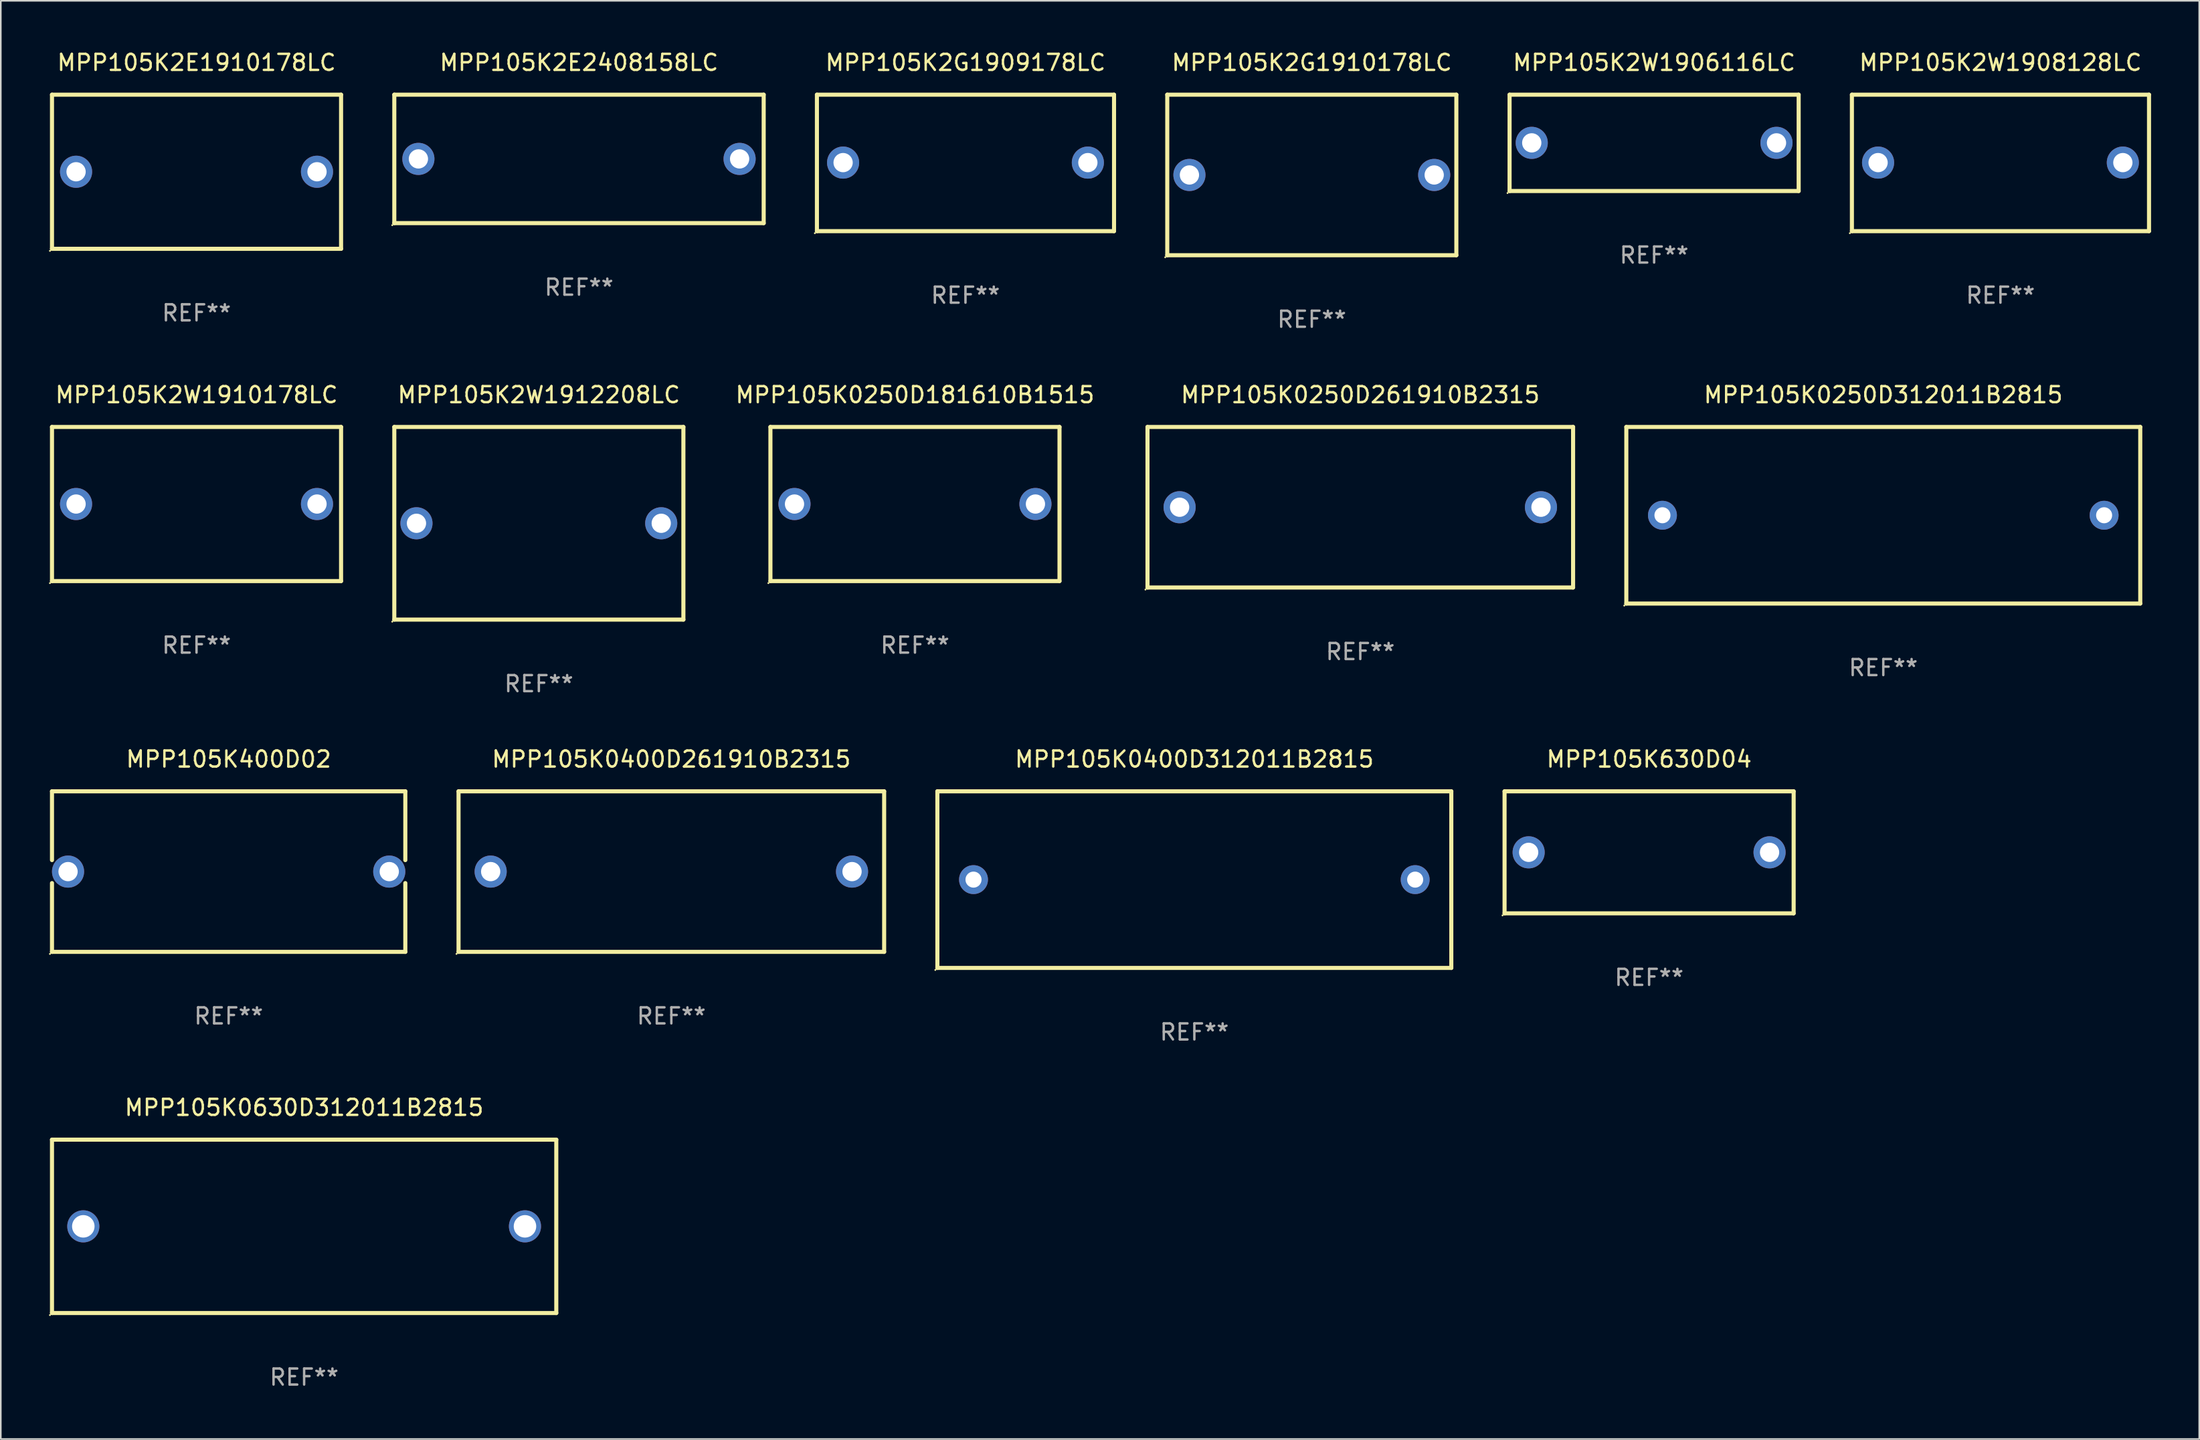
<source format=kicad_pcb>
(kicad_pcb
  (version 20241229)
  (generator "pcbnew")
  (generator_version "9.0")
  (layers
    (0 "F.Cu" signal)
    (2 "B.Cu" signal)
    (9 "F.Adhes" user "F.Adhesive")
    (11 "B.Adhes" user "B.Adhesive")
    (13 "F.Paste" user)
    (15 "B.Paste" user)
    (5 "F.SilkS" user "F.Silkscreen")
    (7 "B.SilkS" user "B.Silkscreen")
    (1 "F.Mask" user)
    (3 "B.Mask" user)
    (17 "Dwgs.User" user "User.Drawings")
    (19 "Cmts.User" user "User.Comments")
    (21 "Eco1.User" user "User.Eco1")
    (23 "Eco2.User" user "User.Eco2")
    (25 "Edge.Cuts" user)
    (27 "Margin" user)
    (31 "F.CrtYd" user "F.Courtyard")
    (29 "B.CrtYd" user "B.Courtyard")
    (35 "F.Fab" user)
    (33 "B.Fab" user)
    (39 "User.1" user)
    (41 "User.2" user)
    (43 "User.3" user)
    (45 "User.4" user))
  (footprint "MPP105K0400D261910B2315"
    (layer "F.Cu")
    (at 38.751 51.241)
    (property "Reference" "MPP105K0400D261910B2315" (at 0 -7 0) (layer "F.SilkS") (effects (font (size 1 1) (thickness 0.15))))
    (attr through_hole)
    (fp_line (start -13.25 -5) (end 13.25 -5) (stroke (width 0.254) (type solid)) (layer "F.SilkS"))
    (fp_line (start -13.25 5) (end -13.25 -5) (stroke (width 0.254) (type solid)) (layer "F.SilkS"))
    (fp_line (start 13.25 -5) (end 13.25 5) (stroke (width 0.254) (type solid)) (layer "F.SilkS"))
    (fp_line (start 13.25 5) (end -13.25 5) (stroke (width 0.254) (type solid)) (layer "F.SilkS"))
    (fp_circle (center -13.377 5.127) (end -13.347 5.127) (stroke (width 0.06) (type solid)) (fill no) (layer "F.SilkS"))
    (fp_text user "REF**" (at 0 9 0) (layer "F.Fab") (effects (font (size 1 1) (thickness 0.15))))
    (pad "1" thru_hole circle (at -11.25 0) (size 2 2) (drill 1.2) (layers "*.Cu" "*.Mask"))
    (pad "2" thru_hole circle (at 11.25 0) (size 2 2) (drill 1.2) (layers "*.Cu" "*.Mask")))
  (footprint "MPP105K0250D181610B1515"
    (layer "F.Cu")
    (at 53.92 28.345)
    (property "Reference" "MPP105K0250D181610B1515" (at 0 -6.8 0) (layer "F.SilkS") (effects (font (size 1 1) (thickness 0.15))))
    (attr through_hole)
    (fp_line (start -9 -4.8) (end 9 -4.8) (stroke (width 0.254) (type solid)) (layer "F.SilkS"))
    (fp_line (start -9 4.8) (end -9 -4.8) (stroke (width 0.254) (type solid)) (layer "F.SilkS"))
    (fp_line (start 9 -4.8) (end 9 4.8) (stroke (width 0.254) (type solid)) (layer "F.SilkS"))
    (fp_line (start 9 4.8) (end -9 4.8) (stroke (width 0.254) (type solid)) (layer "F.SilkS"))
    (fp_circle (center -9.127 4.927) (end -9.097 4.927) (stroke (width 0.06) (type solid)) (fill no) (layer "F.SilkS"))
    (fp_text user "REF**" (at 0 8.8 0) (layer "F.Fab") (effects (font (size 1 1) (thickness 0.15))))
    (pad "1" thru_hole circle (at -7.501 0) (size 2 2) (drill 1.2) (layers "*.Cu" "*.Mask"))
    (pad "2" thru_hole circle (at 7.501 0) (size 2 2) (drill 1.2) (layers "*.Cu" "*.Mask")))
  (footprint "MPP105K2W1910178LC"
    (layer "F.Cu")
    (at 9.187 28.345)
    (property "Reference" "MPP105K2W1910178LC" (at 0 -6.8 0) (layer "F.SilkS") (effects (font (size 1 1) (thickness 0.15))))
    (attr through_hole)
    (fp_line (start -9 -4.8) (end 9 -4.8) (stroke (width 0.254) (type solid)) (layer "F.SilkS"))
    (fp_line (start -9 4.8) (end -9 -4.8) (stroke (width 0.254) (type solid)) (layer "F.SilkS"))
    (fp_line (start 9 -4.8) (end 9 4.8) (stroke (width 0.254) (type solid)) (layer "F.SilkS"))
    (fp_line (start 9 4.8) (end -9 4.8) (stroke (width 0.254) (type solid)) (layer "F.SilkS"))
    (fp_circle (center -9.127 4.927) (end -9.097 4.927) (stroke (width 0.06) (type solid)) (fill no) (layer "F.SilkS"))
    (fp_text user "REF**" (at 0 8.8 0) (layer "F.Fab") (effects (font (size 1 1) (thickness 0.15))))
    (pad "1" thru_hole circle (at -7.501 0) (size 2 2) (drill 1.2) (layers "*.Cu" "*.Mask"))
    (pad "2" thru_hole circle (at 7.501 0) (size 2 2) (drill 1.2) (layers "*.Cu" "*.Mask")))
  (footprint "MPP105K630D04"
    (layer "F.Cu")
    (at 99.631 50.041)
    (property "Reference" "MPP105K630D04" (at 0 -5.8 0) (layer "F.SilkS") (effects (font (size 1 1) (thickness 0.15))))
    (attr through_hole)
    (fp_line (start -9 -3.8) (end -9 3.8) (stroke (width 0.254) (type solid)) (layer "F.SilkS"))
    (fp_line (start -9 -3.8) (end 9 -3.8) (stroke (width 0.254) (type solid)) (layer "F.SilkS"))
    (fp_line (start 9 -3.8) (end 9 3.8) (stroke (width 0.254) (type solid)) (layer "F.SilkS"))
    (fp_line (start 9 3.8) (end -9 3.8) (stroke (width 0.254) (type solid)) (layer "F.SilkS"))
    (fp_circle (center -9.127 3.927) (end -9.097 3.927) (stroke (width 0.06) (type solid)) (fill no) (layer "F.SilkS"))
    (fp_text user "REF**" (at 0 7.8 0) (layer "F.Fab") (effects (font (size 1 1) (thickness 0.15))))
    (pad "1" thru_hole circle (at -7.5 0) (size 2 2) (drill 1.2) (layers "*.Cu" "*.Mask"))
    (pad "2" thru_hole circle (at 7.5 0) (size 2 2) (drill 1.2) (layers "*.Cu" "*.Mask")))
  (footprint "MPP105K2E1910178LC"
    (layer "F.Cu")
    (at 9.187 7.648)
    (property "Reference" "MPP105K2E1910178LC" (at 0 -6.8 0) (layer "F.SilkS") (effects (font (size 1 1) (thickness 0.15))))
    (attr through_hole)
    (fp_line (start -9 -4.8) (end 9 -4.8) (stroke (width 0.254) (type solid)) (layer "F.SilkS"))
    (fp_line (start -9 4.8) (end -9 -4.8) (stroke (width 0.254) (type solid)) (layer "F.SilkS"))
    (fp_line (start 9 -4.8) (end 9 4.8) (stroke (width 0.254) (type solid)) (layer "F.SilkS"))
    (fp_line (start 9 4.8) (end -9 4.8) (stroke (width 0.254) (type solid)) (layer "F.SilkS"))
    (fp_circle (center -9.127 4.927) (end -9.097 4.927) (stroke (width 0.06) (type solid)) (fill no) (layer "F.SilkS"))
    (fp_text user "REF**" (at 0 8.8 0) (layer "F.Fab") (effects (font (size 1 1) (thickness 0.15))))
    (pad "1" thru_hole circle (at -7.501 0) (size 2 2) (drill 1.2) (layers "*.Cu" "*.Mask"))
    (pad "2" thru_hole circle (at 7.501 0) (size 2 2) (drill 1.2) (layers "*.Cu" "*.Mask")))
  (footprint "MPP105K400D02"
    (layer "F.Cu")
    (at 11.187 51.241)
    (property "Reference" "MPP105K400D02" (at 0 -7 0) (layer "F.SilkS") (effects (font (size 1 1) (thickness 0.15))))
    (attr through_hole)
    (fp_line (start -11 -5) (end -11 -0.716) (stroke (width 0.254) (type solid)) (layer "F.SilkS"))
    (fp_line (start -11 -5) (end 11 -5) (stroke (width 0.254) (type solid)) (layer "F.SilkS"))
    (fp_line (start -11 0.716) (end -11 5) (stroke (width 0.254) (type solid)) (layer "F.SilkS"))
    (fp_line (start 11 -5) (end 11 -0.716) (stroke (width 0.254) (type solid)) (layer "F.SilkS"))
    (fp_line (start 11 0.716) (end 11 5) (stroke (width 0.254) (type solid)) (layer "F.SilkS"))
    (fp_line (start 11 5) (end -11 5) (stroke (width 0.254) (type solid)) (layer "F.SilkS"))
    (fp_circle (center -11.127 5.127) (end -11.097 5.127) (stroke (width 0.06) (type solid)) (fill no) (layer "F.SilkS"))
    (fp_text user "REF**" (at 0 9 0) (layer "F.Fab") (effects (font (size 1 1) (thickness 0.15))))
    (pad "1" thru_hole circle (at -10 0) (size 2 2) (drill 1.2) (layers "*.Cu" "*.Mask"))
    (pad "2" thru_hole circle (at 10 0) (size 2 2) (drill 1.2) (layers "*.Cu" "*.Mask")))
  (footprint "MPP105K0250D312011B2815"
    (layer "F.Cu")
    (at 114.213 29.045)
    (property "Reference" "MPP105K0250D312011B2815" (at 0 -7.5 0) (layer "F.SilkS") (effects (font (size 1 1) (thickness 0.15))))
    (attr through_hole)
    (fp_line (start -16.001 -5.5) (end -16.001 5.5) (stroke (width 0.254) (type solid)) (layer "F.SilkS"))
    (fp_line (start -16.001 -5.5) (end 16.001 -5.5) (stroke (width 0.254) (type solid)) (layer "F.SilkS"))
    (fp_line (start -16.001 5.5) (end 15.999 5.5) (stroke (width 0.254) (type solid)) (layer "F.SilkS"))
    (fp_line (start 15.999 -5.5) (end 15.999 5.5) (stroke (width 0.254) (type solid)) (layer "F.SilkS"))
    (fp_circle (center -16.128 5.627) (end -16.098 5.627) (stroke (width 0.06) (type solid)) (fill no) (layer "F.SilkS"))
    (fp_text user "REF**" (at 0 9.5 0) (layer "F.Fab") (effects (font (size 1 1) (thickness 0.15))))
    (pad "1" thru_hole circle (at -13.751 0) (size 1.8 1.8) (drill 1) (layers "*.Cu" "*.Mask"))
    (pad "2" thru_hole circle (at 13.749 0) (size 1.8 1.8) (drill 1) (layers "*.Cu" "*.Mask")))
  (footprint "MPP105K2E2408158LC"
    (layer "F.Cu")
    (at 33.001 6.848)
    (property "Reference" "MPP105K2E2408158LC" (at 0 -6 0) (layer "F.SilkS") (effects (font (size 1 1) (thickness 0.15))))
    (attr through_hole)
    (fp_line (start -11.5 -4) (end -11.5 4) (stroke (width 0.254) (type solid)) (layer "F.SilkS"))
    (fp_line (start -11.5 -4) (end 11.5 -4) (stroke (width 0.254) (type solid)) (layer "F.SilkS"))
    (fp_line (start -11.5 4) (end 11.5 4) (stroke (width 0.254) (type solid)) (layer "F.SilkS"))
    (fp_line (start 11.5 -4) (end 11.5 4) (stroke (width 0.254) (type solid)) (layer "F.SilkS"))
    (fp_circle (center -11.627 4.127) (end -11.597 4.127) (stroke (width 0.06) (type solid)) (fill no) (layer "F.SilkS"))
    (fp_text user "REF**" (at 0 8 0) (layer "F.Fab") (effects (font (size 1 1) (thickness 0.15))))
    (pad "1" thru_hole circle (at -10 0) (size 2 2) (drill 1.2) (layers "*.Cu" "*.Mask"))
    (pad "2" thru_hole circle (at 10 0) (size 2 2) (drill 1.2) (layers "*.Cu" "*.Mask")))
  (footprint "MPP105K0630D312011B2815"
    (layer "F.Cu")
    (at 15.887 73.338)
    (property "Reference" "MPP105K0630D312011B2815" (at 0 -7.4 0) (layer "F.SilkS") (effects (font (size 1 1) (thickness 0.15))))
    (attr through_hole)
    (fp_line (start -15.7 -5.4) (end 15.7 -5.4) (stroke (width 0.254) (type solid)) (layer "F.SilkS"))
    (fp_line (start -15.7 5.4) (end -15.7 -5.4) (stroke (width 0.254) (type solid)) (layer "F.SilkS"))
    (fp_line (start 15.7 -5.4) (end 15.7 5.4) (stroke (width 0.254) (type solid)) (layer "F.SilkS"))
    (fp_line (start 15.7 5.4) (end -15.7 5.4) (stroke (width 0.254) (type solid)) (layer "F.SilkS"))
    (fp_circle (center -15.827 5.527) (end -15.797 5.527) (stroke (width 0.06) (type solid)) (fill no) (layer "F.SilkS"))
    (fp_text user "REF**" (at 0 9.4 0) (layer "F.Fab") (effects (font (size 1 1) (thickness 0.15))))
    (pad "1" thru_hole circle (at -13.75 0) (size 2 2) (drill 1.4) (layers "*.Cu" "*.Mask"))
    (pad "2" thru_hole circle (at 13.75 0) (size 2 2) (drill 1.4) (layers "*.Cu" "*.Mask")))
  (footprint "MPP105K2W1912208LC"
    (layer "F.Cu")
    (at 30.501 29.545)
    (property "Reference" "MPP105K2W1912208LC" (at 0 -8 0) (layer "F.SilkS") (effects (font (size 1 1) (thickness 0.15))))
    (attr through_hole)
    (fp_line (start -9 -6) (end 9 -6) (stroke (width 0.254) (type solid)) (layer "F.SilkS"))
    (fp_line (start -9 6) (end -9 -6) (stroke (width 0.254) (type solid)) (layer "F.SilkS"))
    (fp_line (start 9 -6) (end 9 6) (stroke (width 0.254) (type solid)) (layer "F.SilkS"))
    (fp_line (start 9 6) (end -9 6) (stroke (width 0.254) (type solid)) (layer "F.SilkS"))
    (fp_circle (center -9.127 6.127) (end -9.097 6.127) (stroke (width 0.06) (type solid)) (fill no) (layer "F.SilkS"))
    (fp_text user "REF**" (at 0 10 0) (layer "F.Fab") (effects (font (size 1 1) (thickness 0.15))))
    (pad "1" thru_hole circle (at -7.62 0) (size 2 2) (drill 1.2) (layers "*.Cu" "*.Mask"))
    (pad "2" thru_hole circle (at 7.62 0) (size 2 2) (drill 1.2) (layers "*.Cu" "*.Mask")))
  (footprint "MPP105K0250D261910B2315"
    (layer "F.Cu")
    (at 81.648 28.545)
    (property "Reference" "MPP105K0250D261910B2315" (at 0 -7 0) (layer "F.SilkS") (effects (font (size 1 1) (thickness 0.15))))
    (attr through_hole)
    (fp_line (start -13.25 -5) (end 13.25 -5) (stroke (width 0.254) (type solid)) (layer "F.SilkS"))
    (fp_line (start -13.25 5) (end -13.25 -5) (stroke (width 0.254) (type solid)) (layer "F.SilkS"))
    (fp_line (start 13.25 -5) (end 13.25 5) (stroke (width 0.254) (type solid)) (layer "F.SilkS"))
    (fp_line (start 13.25 5) (end -13.25 5) (stroke (width 0.254) (type solid)) (layer "F.SilkS"))
    (fp_circle (center -13.377 5.127) (end -13.347 5.127) (stroke (width 0.06) (type solid)) (fill no) (layer "F.SilkS"))
    (fp_text user "REF**" (at 0 9 0) (layer "F.Fab") (effects (font (size 1 1) (thickness 0.15))))
    (pad "1" thru_hole circle (at -11.25 0) (size 2 2) (drill 1.2) (layers "*.Cu" "*.Mask"))
    (pad "2" thru_hole circle (at 11.25 0) (size 2 2) (drill 1.2) (layers "*.Cu" "*.Mask")))
  (footprint "MPP105K2W1906116LC"
    (layer "F.Cu")
    (at 99.943 5.848)
    (property "Reference" "MPP105K2W1906116LC" (at 0 -5 0) (layer "F.SilkS") (effects (font (size 1 1) (thickness 0.15))))
    (attr through_hole)
    (fp_line (start -9 -3) (end 9 -3) (stroke (width 0.254) (type solid)) (layer "F.SilkS"))
    (fp_line (start -9 3) (end -9 -3) (stroke (width 0.254) (type solid)) (layer "F.SilkS"))
    (fp_line (start 9 -3) (end 9 3) (stroke (width 0.254) (type solid)) (layer "F.SilkS"))
    (fp_line (start 9 3) (end -9 3) (stroke (width 0.254) (type solid)) (layer "F.SilkS"))
    (fp_circle (center -9.127 3.127) (end -9.097 3.127) (stroke (width 0.06) (type solid)) (fill no) (layer "F.SilkS"))
    (fp_text user "REF**" (at 0 7 0) (layer "F.Fab") (effects (font (size 1 1) (thickness 0.15))))
    (pad "1" thru_hole circle (at -7.62 0) (size 2 2) (drill 1.2) (layers "*.Cu" "*.Mask"))
    (pad "2" thru_hole circle (at 7.62 0) (size 2 2) (drill 1.2) (layers "*.Cu" "*.Mask")))
  (footprint "MPP105K2W1908128LC"
    (layer "F.Cu")
    (at 121.508 7.098)
    (property "Reference" "MPP105K2W1908128LC" (at 0 -6.25 0) (layer "F.SilkS") (effects (font (size 1 1) (thickness 0.15))))
    (attr through_hole)
    (fp_line (start -9.25 -4.25) (end 9.25 -4.25) (stroke (width 0.254) (type solid)) (layer "F.SilkS"))
    (fp_line (start -9.25 4.25) (end -9.25 -4.25) (stroke (width 0.254) (type solid)) (layer "F.SilkS"))
    (fp_line (start 9.25 -4.25) (end 9.25 4.25) (stroke (width 0.254) (type solid)) (layer "F.SilkS"))
    (fp_line (start 9.25 4.25) (end -9.25 4.25) (stroke (width 0.254) (type solid)) (layer "F.SilkS"))
    (fp_circle (center -9.377 4.377) (end -9.347 4.377) (stroke (width 0.06) (type solid)) (fill no) (layer "F.SilkS"))
    (fp_text user "REF**" (at 0 8.25 0) (layer "F.Fab") (effects (font (size 1 1) (thickness 0.15))))
    (pad "1" thru_hole circle (at -7.62 -0.02) (size 2 2) (drill 1.2) (layers "*.Cu" "*.Mask"))
    (pad "2" thru_hole circle (at 7.62 -0.02) (size 2 2) (drill 1.2) (layers "*.Cu" "*.Mask")))
  (footprint "MPP105K0400D312011B2815"
    (layer "F.Cu")
    (at 71.316 51.741)
    (property "Reference" "MPP105K0400D312011B2815" (at 0 -7.5 0) (layer "F.SilkS") (effects (font (size 1 1) (thickness 0.15))))
    (attr through_hole)
    (fp_line (start -16.001 -5.5) (end -16.001 5.5) (stroke (width 0.254) (type solid)) (layer "F.SilkS"))
    (fp_line (start -16.001 -5.5) (end 16.001 -5.5) (stroke (width 0.254) (type solid)) (layer "F.SilkS"))
    (fp_line (start -16.001 5.5) (end 15.999 5.5) (stroke (width 0.254) (type solid)) (layer "F.SilkS"))
    (fp_line (start 15.999 -5.5) (end 15.999 5.5) (stroke (width 0.254) (type solid)) (layer "F.SilkS"))
    (fp_circle (center -16.128 5.627) (end -16.098 5.627) (stroke (width 0.06) (type solid)) (fill no) (layer "F.SilkS"))
    (fp_text user "REF**" (at 0 9.5 0) (layer "F.Fab") (effects (font (size 1 1) (thickness 0.15))))
    (pad "1" thru_hole circle (at -13.751 0) (size 1.8 1.8) (drill 1) (layers "*.Cu" "*.Mask"))
    (pad "2" thru_hole circle (at 13.749 0) (size 1.8 1.8) (drill 1) (layers "*.Cu" "*.Mask")))
  (footprint "MPP105K2G1909178LC"
    (layer "F.Cu")
    (at 57.065 7.098)
    (property "Reference" "MPP105K2G1909178LC" (at 0 -6.25 0) (layer "F.SilkS") (effects (font (size 1 1) (thickness 0.15))))
    (attr through_hole)
    (fp_line (start -9.25 -4.25) (end 9.25 -4.25) (stroke (width 0.254) (type solid)) (layer "F.SilkS"))
    (fp_line (start -9.25 4.25) (end -9.25 -4.25) (stroke (width 0.254) (type solid)) (layer "F.SilkS"))
    (fp_line (start 9.25 -4.25) (end 9.25 4.25) (stroke (width 0.254) (type solid)) (layer "F.SilkS"))
    (fp_line (start 9.25 4.25) (end -9.25 4.25) (stroke (width 0.254) (type solid)) (layer "F.SilkS"))
    (fp_circle (center -9.377 4.377) (end -9.347 4.377) (stroke (width 0.06) (type solid)) (fill no) (layer "F.SilkS"))
    (fp_text user "REF**" (at 0 8.25 0) (layer "F.Fab") (effects (font (size 1 1) (thickness 0.15))))
    (pad "1" thru_hole circle (at -7.62 -0.02) (size 2 2) (drill 1.2) (layers "*.Cu" "*.Mask"))
    (pad "2" thru_hole circle (at 7.62 -0.02) (size 2 2) (drill 1.2) (layers "*.Cu" "*.Mask")))
  (footprint "MPP105K2G1910178LC"
    (layer "F.Cu")
    (at 78.629 7.848)
    (property "Reference" "MPP105K2G1910178LC" (at 0 -7 0) (layer "F.SilkS") (effects (font (size 1 1) (thickness 0.15))))
    (attr through_hole)
    (fp_line (start -9 -5) (end 9 -5) (stroke (width 0.254) (type solid)) (layer "F.SilkS"))
    (fp_line (start -9 5) (end -9 -5) (stroke (width 0.254) (type solid)) (layer "F.SilkS"))
    (fp_line (start 9 -5) (end 9 5) (stroke (width 0.254) (type solid)) (layer "F.SilkS"))
    (fp_line (start 9 5) (end -9 5) (stroke (width 0.254) (type solid)) (layer "F.SilkS"))
    (fp_circle (center -9.127 5.127) (end -9.097 5.127) (stroke (width 0.06) (type solid)) (fill no) (layer "F.SilkS"))
    (fp_text user "REF**" (at 0 9 0) (layer "F.Fab") (effects (font (size 1 1) (thickness 0.15))))
    (pad "1" thru_hole circle (at -7.62 0) (size 2 2) (drill 1.2) (layers "*.Cu" "*.Mask"))
    (pad "2" thru_hole circle (at 7.62 0) (size 2 2) (drill 1.2) (layers "*.Cu" "*.Mask")))
  (gr_rect
    (start -3 -3)
    (end 133.885 86.586)
    (stroke (width 0.1) (type default))
    (fill no)
    (layer "Edge.Cuts")))
</source>
